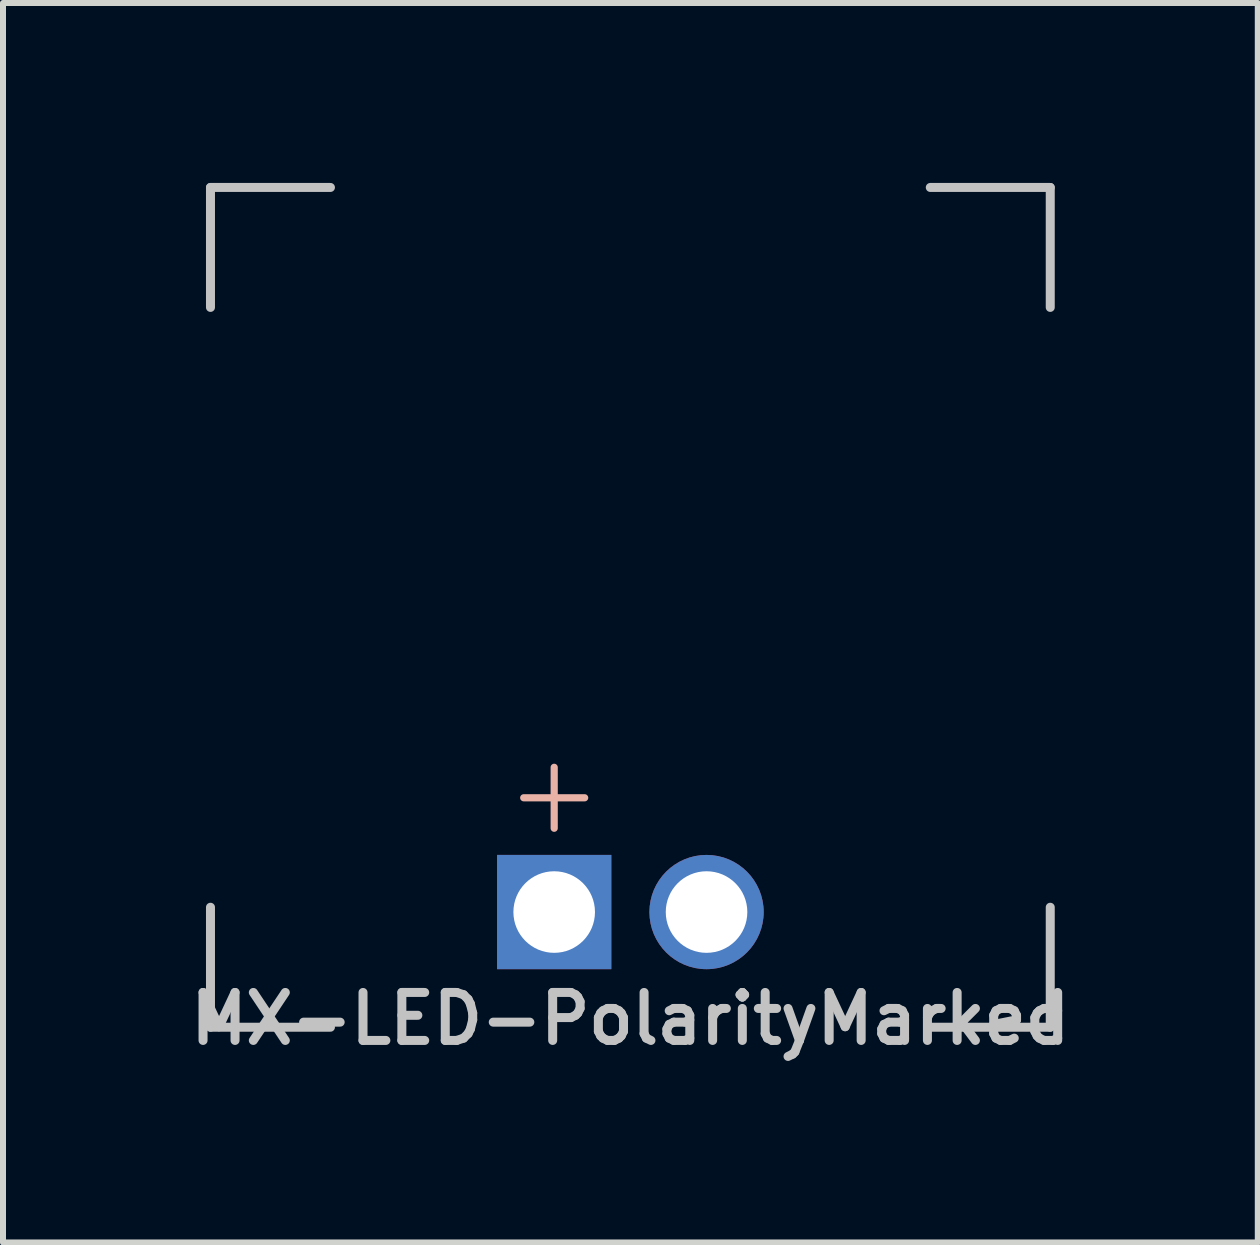
<source format=kicad_pcb>
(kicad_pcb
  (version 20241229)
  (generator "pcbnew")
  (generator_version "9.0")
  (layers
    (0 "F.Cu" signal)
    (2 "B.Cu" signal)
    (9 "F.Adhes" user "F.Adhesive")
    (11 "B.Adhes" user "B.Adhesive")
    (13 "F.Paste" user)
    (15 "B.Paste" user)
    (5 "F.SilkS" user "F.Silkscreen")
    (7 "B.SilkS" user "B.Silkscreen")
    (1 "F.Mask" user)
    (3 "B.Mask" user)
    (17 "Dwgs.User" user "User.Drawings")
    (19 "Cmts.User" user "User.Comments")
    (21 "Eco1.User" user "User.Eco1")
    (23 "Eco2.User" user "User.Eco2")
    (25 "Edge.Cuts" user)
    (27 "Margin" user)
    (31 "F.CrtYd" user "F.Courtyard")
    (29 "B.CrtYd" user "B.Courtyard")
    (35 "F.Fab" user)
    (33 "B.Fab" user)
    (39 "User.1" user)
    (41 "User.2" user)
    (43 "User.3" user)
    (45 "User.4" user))
  (footprint "MX-LED-PolarityMarked"
    (layer "F.Cu")
    (at 7.459 7.075)
    (property "Reference" "MX-LED-PolarityMarked" (at 0 6.858 0) (layer "Dwgs.User") (effects (font (size 0.8 0.8) (thickness 0.15))))
    (attr through_hole)
    (fp_line (start -1.778 3.175) (end -0.762 3.175) (stroke (width 0.12) (type solid)) (layer "B.SilkS"))
    (fp_line (start -1.27 3.683) (end -1.27 2.667) (stroke (width 0.12) (type solid)) (layer "B.SilkS"))
    (fp_line (start -7 -7) (end -7 -5) (stroke (width 0.15) (type solid)) (layer "Dwgs.User"))
    (fp_line (start -7 5) (end -7 7) (stroke (width 0.15) (type solid)) (layer "Dwgs.User"))
    (fp_line (start -7 7) (end -5 7) (stroke (width 0.15) (type solid)) (layer "Dwgs.User"))
    (fp_line (start -5 -7) (end -7 -7) (stroke (width 0.15) (type solid)) (layer "Dwgs.User"))
    (fp_line (start 5 -7) (end 7 -7) (stroke (width 0.15) (type solid)) (layer "Dwgs.User"))
    (fp_line (start 5 7) (end 7 7) (stroke (width 0.15) (type solid)) (layer "Dwgs.User"))
    (fp_line (start 7 -7) (end 7 -5) (stroke (width 0.15) (type solid)) (layer "Dwgs.User"))
    (fp_line (start 7 7) (end 7 5) (stroke (width 0.15) (type solid)) (layer "Dwgs.User"))
    (pad "1" thru_hole rect (at -1.27 5.08) (size 1.905 1.905) (drill 1.36) (layers "*.Cu" "B.Mask"))
    (pad "2" thru_hole circle (at 1.27 5.08) (size 1.905 1.905) (drill 1.36) (layers "*.Cu" "B.Mask")))
  (gr_rect
    (start -3 -3)
    (end 17.919 17.664)
    (stroke (width 0.1) (type default))
    (fill no)
    (layer "Edge.Cuts")))
</source>
